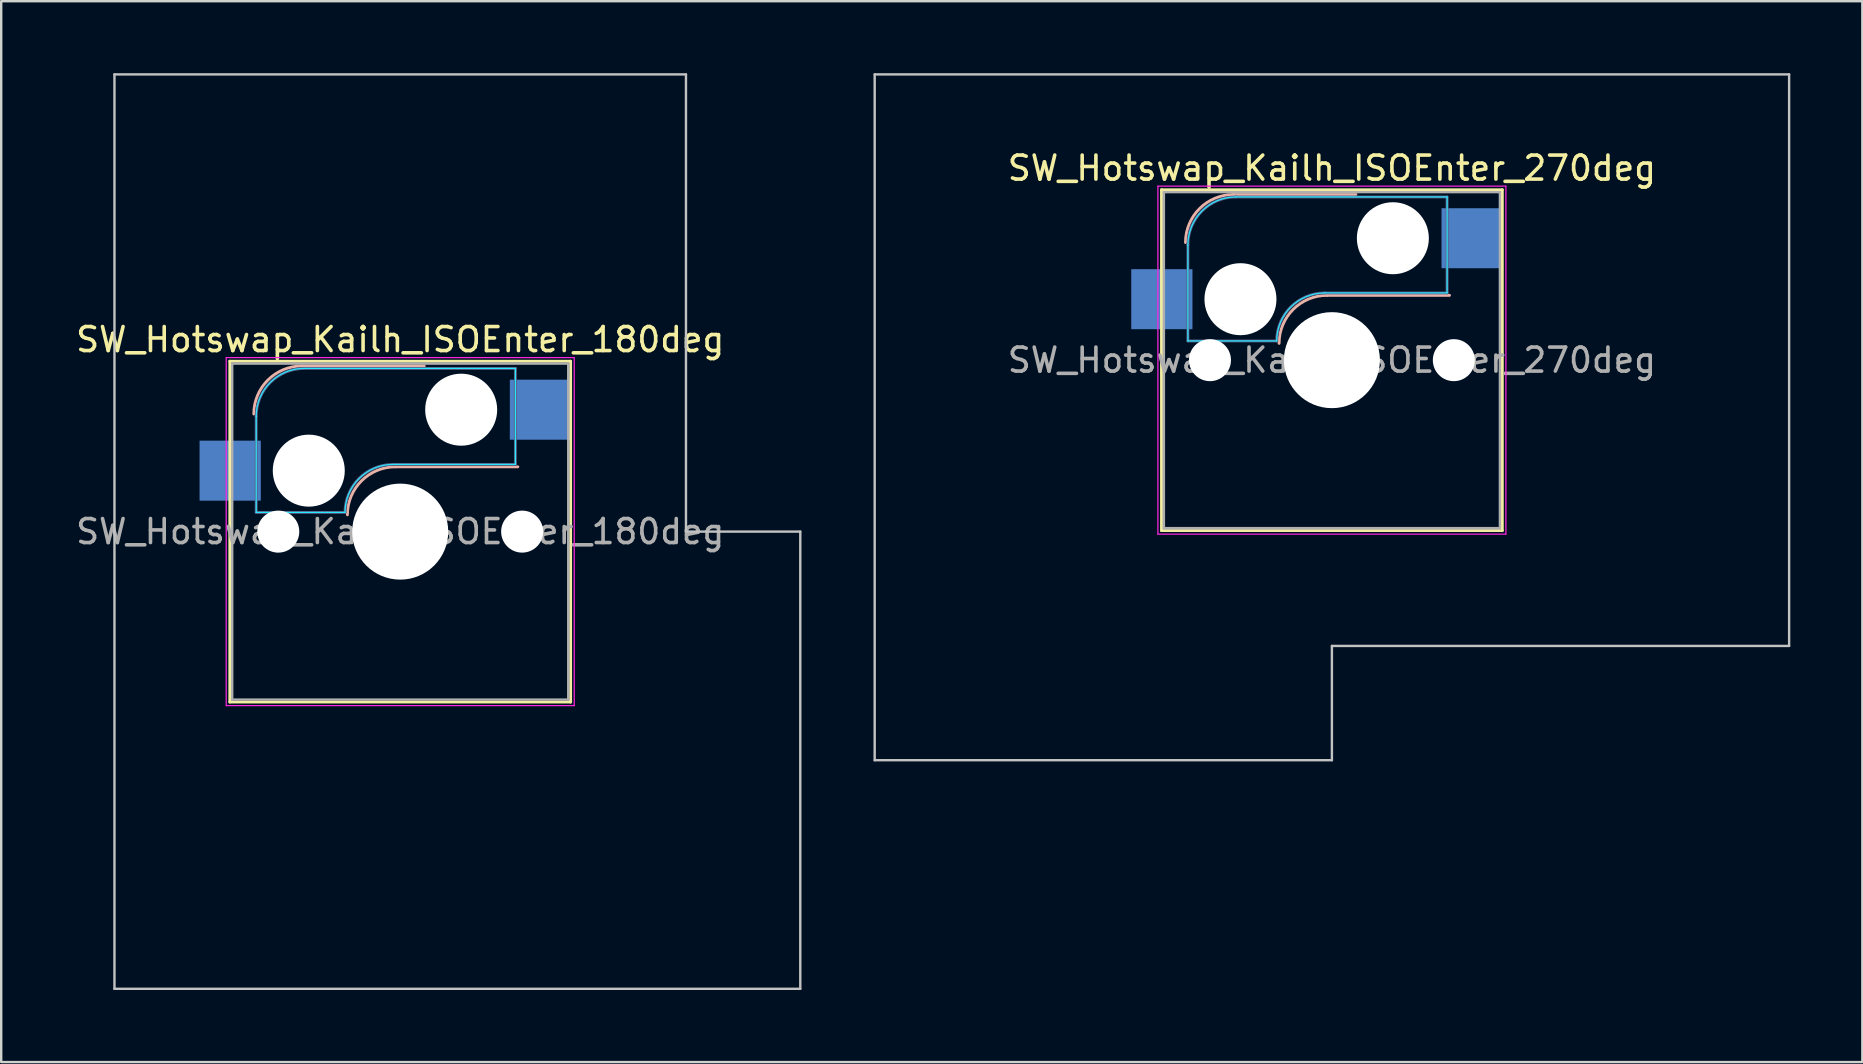
<source format=kicad_pcb>
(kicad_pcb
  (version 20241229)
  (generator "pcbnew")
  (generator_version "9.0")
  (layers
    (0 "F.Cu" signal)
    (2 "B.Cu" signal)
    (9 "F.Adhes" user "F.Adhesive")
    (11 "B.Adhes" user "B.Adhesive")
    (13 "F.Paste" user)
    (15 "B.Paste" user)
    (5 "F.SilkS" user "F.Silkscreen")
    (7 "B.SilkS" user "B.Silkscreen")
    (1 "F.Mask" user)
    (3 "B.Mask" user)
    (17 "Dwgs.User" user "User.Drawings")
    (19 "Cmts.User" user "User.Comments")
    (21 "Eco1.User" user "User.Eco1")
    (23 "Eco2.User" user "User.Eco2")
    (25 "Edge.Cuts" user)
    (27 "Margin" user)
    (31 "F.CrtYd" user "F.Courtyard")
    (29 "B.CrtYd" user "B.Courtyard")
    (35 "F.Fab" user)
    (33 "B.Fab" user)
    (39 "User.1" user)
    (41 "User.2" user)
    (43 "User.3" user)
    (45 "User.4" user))
  (footprint "SW_Hotswap_Kailh_ISOEnter_270deg"
    (layer "F.Cu")
    (at 52.444 11.956)
    (property "Reference" "SW_Hotswap_Kailh_ISOEnter_270deg" (at 0 -8 0) (layer "F.SilkS") (effects (font (size 1 1) (thickness 0.15))))
    (attr smd)
    (fp_line (start -7.1 -7.1) (end -7.1 7.1) (stroke (width 0.12) (type solid)) (layer "F.SilkS"))
    (fp_line (start -7.1 7.1) (end 7.1 7.1) (stroke (width 0.12) (type solid)) (layer "F.SilkS"))
    (fp_line (start 7.1 -7.1) (end -7.1 -7.1) (stroke (width 0.12) (type solid)) (layer "F.SilkS"))
    (fp_line (start 7.1 7.1) (end 7.1 -7.1) (stroke (width 0.12) (type solid)) (layer "F.SilkS"))
    (fp_line (start -4.1 -6.9) (end 1 -6.9) (stroke (width 0.12) (type solid)) (layer "B.SilkS"))
    (fp_line (start -0.2 -2.7) (end 4.9 -2.7) (stroke (width 0.12) (type solid)) (layer "B.SilkS"))
    (fp_arc (start -6.1 -4.9) (mid -5.514214 -6.314214) (end -4.1 -6.9) (stroke (width 0.12) (type solid)) (layer "B.SilkS"))
    (fp_arc (start -2.2 -0.7) (mid -1.614214 -2.114214) (end -0.2 -2.7) (stroke (width 0.12) (type solid)) (layer "B.SilkS"))
    (fp_line (start -19.05 -11.906) (end -19.05 16.669) (stroke (width 0.1) (type solid)) (layer "Dwgs.User"))
    (fp_line (start -19.05 16.669) (end 0 16.669) (stroke (width 0.1) (type solid)) (layer "Dwgs.User"))
    (fp_line (start 0 11.906) (end 19.05 11.906) (stroke (width 0.1) (type solid)) (layer "Dwgs.User"))
    (fp_line (start 0 16.669) (end 0 11.906) (stroke (width 0.1) (type solid)) (layer "Dwgs.User"))
    (fp_line (start 19.05 -11.906) (end -19.05 -11.906) (stroke (width 0.1) (type solid)) (layer "Dwgs.User"))
    (fp_line (start 19.05 11.906) (end 19.05 -11.906) (stroke (width 0.1) (type solid)) (layer "Dwgs.User"))
    (fp_line (start -7.8 -6) (end -7 -6) (stroke (width 0.1) (type solid)) (layer "Eco1.User"))
    (fp_line (start -7.8 -2.9) (end -7.8 -6) (stroke (width 0.1) (type solid)) (layer "Eco1.User"))
    (fp_line (start -7.8 2.9) (end -7 2.9) (stroke (width 0.1) (type solid)) (layer "Eco1.User"))
    (fp_line (start -7.8 6) (end -7.8 2.9) (stroke (width 0.1) (type solid)) (layer "Eco1.User"))
    (fp_line (start -7 -7) (end 7 -7) (stroke (width 0.1) (type solid)) (layer "Eco1.User"))
    (fp_line (start -7 -6) (end -7 -7) (stroke (width 0.1) (type solid)) (layer "Eco1.User"))
    (fp_line (start -7 -2.9) (end -7.8 -2.9) (stroke (width 0.1) (type solid)) (layer "Eco1.User"))
    (fp_line (start -7 2.9) (end -7 -2.9) (stroke (width 0.1) (type solid)) (layer "Eco1.User"))
    (fp_line (start -7 6) (end -7.8 6) (stroke (width 0.1) (type solid)) (layer "Eco1.User"))
    (fp_line (start -7 7) (end -7 6) (stroke (width 0.1) (type solid)) (layer "Eco1.User"))
    (fp_line (start 7 -7) (end 7 -6) (stroke (width 0.1) (type solid)) (layer "Eco1.User"))
    (fp_line (start 7 -6) (end 7.8 -6) (stroke (width 0.1) (type solid)) (layer "Eco1.User"))
    (fp_line (start 7 -2.9) (end 7 2.9) (stroke (width 0.1) (type solid)) (layer "Eco1.User"))
    (fp_line (start 7 2.9) (end 7.8 2.9) (stroke (width 0.1) (type solid)) (layer "Eco1.User"))
    (fp_line (start 7 6) (end 7 7) (stroke (width 0.1) (type solid)) (layer "Eco1.User"))
    (fp_line (start 7 7) (end -7 7) (stroke (width 0.1) (type solid)) (layer "Eco1.User"))
    (fp_line (start 7.8 -6) (end 7.8 -2.9) (stroke (width 0.1) (type solid)) (layer "Eco1.User"))
    (fp_line (start 7.8 -2.9) (end 7 -2.9) (stroke (width 0.1) (type solid)) (layer "Eco1.User"))
    (fp_line (start 7.8 2.9) (end 7.8 6) (stroke (width 0.1) (type solid)) (layer "Eco1.User"))
    (fp_line (start 7.8 6) (end 7 6) (stroke (width 0.1) (type solid)) (layer "Eco1.User"))
    (fp_line (start -6 -0.8) (end -6 -4.8) (stroke (width 0.05) (type solid)) (layer "B.CrtYd"))
    (fp_line (start -6 -0.8) (end -2.3 -0.8) (stroke (width 0.05) (type solid)) (layer "B.CrtYd"))
    (fp_line (start -4 -6.8) (end 4.8 -6.8) (stroke (width 0.05) (type solid)) (layer "B.CrtYd"))
    (fp_line (start -0.3 -2.8) (end 4.8 -2.8) (stroke (width 0.05) (type solid)) (layer "B.CrtYd"))
    (fp_line (start 4.8 -6.8) (end 4.8 -2.8) (stroke (width 0.05) (type solid)) (layer "B.CrtYd"))
    (fp_arc (start -6 -4.8) (mid -5.414214 -6.214214) (end -4 -6.8) (stroke (width 0.05) (type solid)) (layer "B.CrtYd"))
    (fp_arc (start -2.3 -0.8) (mid -1.714214 -2.214214) (end -0.3 -2.8) (stroke (width 0.05) (type solid)) (layer "B.CrtYd"))
    (fp_line (start -7.25 -7.25) (end -7.25 7.25) (stroke (width 0.05) (type solid)) (layer "F.CrtYd"))
    (fp_line (start -7.25 7.25) (end 7.25 7.25) (stroke (width 0.05) (type solid)) (layer "F.CrtYd"))
    (fp_line (start 7.25 -7.25) (end -7.25 -7.25) (stroke (width 0.05) (type solid)) (layer "F.CrtYd"))
    (fp_line (start 7.25 7.25) (end 7.25 -7.25) (stroke (width 0.05) (type solid)) (layer "F.CrtYd"))
    (fp_line (start -6 -0.8) (end -6 -4.8) (stroke (width 0.12) (type solid)) (layer "B.Fab"))
    (fp_line (start -6 -0.8) (end -2.3 -0.8) (stroke (width 0.12) (type solid)) (layer "B.Fab"))
    (fp_line (start -4 -6.8) (end 4.8 -6.8) (stroke (width 0.12) (type solid)) (layer "B.Fab"))
    (fp_line (start -0.3 -2.8) (end 4.8 -2.8) (stroke (width 0.12) (type solid)) (layer "B.Fab"))
    (fp_line (start 4.8 -6.8) (end 4.8 -2.8) (stroke (width 0.12) (type solid)) (layer "B.Fab"))
    (fp_arc (start -6 -4.8) (mid -5.414214 -6.214214) (end -4 -6.8) (stroke (width 0.12) (type solid)) (layer "B.Fab"))
    (fp_arc (start -2.3 -0.8) (mid -1.714214 -2.214214) (end -0.3 -2.8) (stroke (width 0.12) (type solid)) (layer "B.Fab"))
    (fp_line (start -7 -7) (end -7 7) (stroke (width 0.1) (type solid)) (layer "F.Fab"))
    (fp_line (start -7 7) (end 7 7) (stroke (width 0.1) (type solid)) (layer "F.Fab"))
    (fp_line (start 7 -7) (end -7 -7) (stroke (width 0.1) (type solid)) (layer "F.Fab"))
    (fp_line (start 7 7) (end 7 -7) (stroke (width 0.1) (type solid)) (layer "F.Fab"))
    (fp_text user "${REFERENCE}" (at 0 0 0) (layer "F.Fab") (effects (font (size 1 1) (thickness 0.15))))
    (pad "" np_thru_hole circle (at -5.08 0) (size 1.75 1.75) (drill 1.75) (layers "*.Cu" "*.Mask"))
    (pad "" np_thru_hole circle (at -3.81 -2.54) (size 3 3) (drill 3) (layers "*.Cu" "*.Mask"))
    (pad "" np_thru_hole circle (at 0 0) (size 4 4) (drill 4) (layers "*.Cu" "*.Mask"))
    (pad "" np_thru_hole circle (at 2.54 -5.08) (size 3 3) (drill 3) (layers "*.Cu" "*.Mask"))
    (pad "" np_thru_hole circle (at 5.08 0) (size 1.75 1.75) (drill 1.75) (layers "*.Cu" "*.Mask"))
    (pad "1" smd rect (at -7.085 -2.54) (size 2.55 2.5) (layers "B.Cu" "B.Mask" "B.Paste"))
    (pad "2" smd rect (at 5.842 -5.08) (size 2.55 2.5) (layers "B.Cu" "B.Mask" "B.Paste")))
  (footprint "SW_Hotswap_Kailh_ISOEnter_180deg"
    (layer "F.Cu")
    (at 13.625 19.1)
    (property "Reference" "SW_Hotswap_Kailh_ISOEnter_180deg" (at 0 -8 0) (layer "F.SilkS") (effects (font (size 1 1) (thickness 0.15))))
    (attr smd)
    (fp_line (start -7.1 -7.1) (end -7.1 7.1) (stroke (width 0.12) (type solid)) (layer "F.SilkS"))
    (fp_line (start -7.1 7.1) (end 7.1 7.1) (stroke (width 0.12) (type solid)) (layer "F.SilkS"))
    (fp_line (start 7.1 -7.1) (end -7.1 -7.1) (stroke (width 0.12) (type solid)) (layer "F.SilkS"))
    (fp_line (start 7.1 7.1) (end 7.1 -7.1) (stroke (width 0.12) (type solid)) (layer "F.SilkS"))
    (fp_line (start -4.1 -6.9) (end 1 -6.9) (stroke (width 0.12) (type solid)) (layer "B.SilkS"))
    (fp_line (start -0.2 -2.7) (end 4.9 -2.7) (stroke (width 0.12) (type solid)) (layer "B.SilkS"))
    (fp_arc (start -6.1 -4.9) (mid -5.514214 -6.314214) (end -4.1 -6.9) (stroke (width 0.12) (type solid)) (layer "B.SilkS"))
    (fp_arc (start -2.2 -0.7) (mid -1.614214 -2.114214) (end -0.2 -2.7) (stroke (width 0.12) (type solid)) (layer "B.SilkS"))
    (fp_line (start -11.906 -19.05) (end -11.906 19.05) (stroke (width 0.1) (type solid)) (layer "Dwgs.User"))
    (fp_line (start -11.906 19.05) (end 16.669 19.05) (stroke (width 0.1) (type solid)) (layer "Dwgs.User"))
    (fp_line (start 11.906 -19.05) (end -11.906 -19.05) (stroke (width 0.1) (type solid)) (layer "Dwgs.User"))
    (fp_line (start 11.906 0) (end 11.906 -19.05) (stroke (width 0.1) (type solid)) (layer "Dwgs.User"))
    (fp_line (start 16.669 0) (end 11.906 0) (stroke (width 0.1) (type solid)) (layer "Dwgs.User"))
    (fp_line (start 16.669 19.05) (end 16.669 0) (stroke (width 0.1) (type solid)) (layer "Dwgs.User"))
    (fp_line (start -7.8 -6) (end -7 -6) (stroke (width 0.1) (type solid)) (layer "Eco1.User"))
    (fp_line (start -7.8 -2.9) (end -7.8 -6) (stroke (width 0.1) (type solid)) (layer "Eco1.User"))
    (fp_line (start -7.8 2.9) (end -7 2.9) (stroke (width 0.1) (type solid)) (layer "Eco1.User"))
    (fp_line (start -7.8 6) (end -7.8 2.9) (stroke (width 0.1) (type solid)) (layer "Eco1.User"))
    (fp_line (start -7 -7) (end 7 -7) (stroke (width 0.1) (type solid)) (layer "Eco1.User"))
    (fp_line (start -7 -6) (end -7 -7) (stroke (width 0.1) (type solid)) (layer "Eco1.User"))
    (fp_line (start -7 -2.9) (end -7.8 -2.9) (stroke (width 0.1) (type solid)) (layer "Eco1.User"))
    (fp_line (start -7 2.9) (end -7 -2.9) (stroke (width 0.1) (type solid)) (layer "Eco1.User"))
    (fp_line (start -7 6) (end -7.8 6) (stroke (width 0.1) (type solid)) (layer "Eco1.User"))
    (fp_line (start -7 7) (end -7 6) (stroke (width 0.1) (type solid)) (layer "Eco1.User"))
    (fp_line (start 7 -7) (end 7 -6) (stroke (width 0.1) (type solid)) (layer "Eco1.User"))
    (fp_line (start 7 -6) (end 7.8 -6) (stroke (width 0.1) (type solid)) (layer "Eco1.User"))
    (fp_line (start 7 -2.9) (end 7 2.9) (stroke (width 0.1) (type solid)) (layer "Eco1.User"))
    (fp_line (start 7 2.9) (end 7.8 2.9) (stroke (width 0.1) (type solid)) (layer "Eco1.User"))
    (fp_line (start 7 6) (end 7 7) (stroke (width 0.1) (type solid)) (layer "Eco1.User"))
    (fp_line (start 7 7) (end -7 7) (stroke (width 0.1) (type solid)) (layer "Eco1.User"))
    (fp_line (start 7.8 -6) (end 7.8 -2.9) (stroke (width 0.1) (type solid)) (layer "Eco1.User"))
    (fp_line (start 7.8 -2.9) (end 7 -2.9) (stroke (width 0.1) (type solid)) (layer "Eco1.User"))
    (fp_line (start 7.8 2.9) (end 7.8 6) (stroke (width 0.1) (type solid)) (layer "Eco1.User"))
    (fp_line (start 7.8 6) (end 7 6) (stroke (width 0.1) (type solid)) (layer "Eco1.User"))
    (fp_line (start -6 -0.8) (end -6 -4.8) (stroke (width 0.05) (type solid)) (layer "B.CrtYd"))
    (fp_line (start -6 -0.8) (end -2.3 -0.8) (stroke (width 0.05) (type solid)) (layer "B.CrtYd"))
    (fp_line (start -4 -6.8) (end 4.8 -6.8) (stroke (width 0.05) (type solid)) (layer "B.CrtYd"))
    (fp_line (start -0.3 -2.8) (end 4.8 -2.8) (stroke (width 0.05) (type solid)) (layer "B.CrtYd"))
    (fp_line (start 4.8 -6.8) (end 4.8 -2.8) (stroke (width 0.05) (type solid)) (layer "B.CrtYd"))
    (fp_arc (start -6 -4.8) (mid -5.414214 -6.214214) (end -4 -6.8) (stroke (width 0.05) (type solid)) (layer "B.CrtYd"))
    (fp_arc (start -2.3 -0.8) (mid -1.714214 -2.214214) (end -0.3 -2.8) (stroke (width 0.05) (type solid)) (layer "B.CrtYd"))
    (fp_line (start -7.25 -7.25) (end -7.25 7.25) (stroke (width 0.05) (type solid)) (layer "F.CrtYd"))
    (fp_line (start -7.25 7.25) (end 7.25 7.25) (stroke (width 0.05) (type solid)) (layer "F.CrtYd"))
    (fp_line (start 7.25 -7.25) (end -7.25 -7.25) (stroke (width 0.05) (type solid)) (layer "F.CrtYd"))
    (fp_line (start 7.25 7.25) (end 7.25 -7.25) (stroke (width 0.05) (type solid)) (layer "F.CrtYd"))
    (fp_line (start -6 -0.8) (end -6 -4.8) (stroke (width 0.12) (type solid)) (layer "B.Fab"))
    (fp_line (start -6 -0.8) (end -2.3 -0.8) (stroke (width 0.12) (type solid)) (layer "B.Fab"))
    (fp_line (start -4 -6.8) (end 4.8 -6.8) (stroke (width 0.12) (type solid)) (layer "B.Fab"))
    (fp_line (start -0.3 -2.8) (end 4.8 -2.8) (stroke (width 0.12) (type solid)) (layer "B.Fab"))
    (fp_line (start 4.8 -6.8) (end 4.8 -2.8) (stroke (width 0.12) (type solid)) (layer "B.Fab"))
    (fp_arc (start -6 -4.8) (mid -5.414214 -6.214214) (end -4 -6.8) (stroke (width 0.12) (type solid)) (layer "B.Fab"))
    (fp_arc (start -2.3 -0.8) (mid -1.714214 -2.214214) (end -0.3 -2.8) (stroke (width 0.12) (type solid)) (layer "B.Fab"))
    (fp_line (start -7 -7) (end -7 7) (stroke (width 0.1) (type solid)) (layer "F.Fab"))
    (fp_line (start -7 7) (end 7 7) (stroke (width 0.1) (type solid)) (layer "F.Fab"))
    (fp_line (start 7 -7) (end -7 -7) (stroke (width 0.1) (type solid)) (layer "F.Fab"))
    (fp_line (start 7 7) (end 7 -7) (stroke (width 0.1) (type solid)) (layer "F.Fab"))
    (fp_text user "${REFERENCE}" (at 0 0 0) (layer "F.Fab") (effects (font (size 1 1) (thickness 0.15))))
    (pad "" np_thru_hole circle (at -5.08 0) (size 1.75 1.75) (drill 1.75) (layers "*.Cu" "*.Mask"))
    (pad "" np_thru_hole circle (at -3.81 -2.54) (size 3 3) (drill 3) (layers "*.Cu" "*.Mask"))
    (pad "" np_thru_hole circle (at 0 0) (size 4 4) (drill 4) (layers "*.Cu" "*.Mask"))
    (pad "" np_thru_hole circle (at 2.54 -5.08) (size 3 3) (drill 3) (layers "*.Cu" "*.Mask"))
    (pad "" np_thru_hole circle (at 5.08 0) (size 1.75 1.75) (drill 1.75) (layers "*.Cu" "*.Mask"))
    (pad "1" smd rect (at -7.085 -2.54) (size 2.55 2.5) (layers "B.Cu" "B.Mask" "B.Paste"))
    (pad "2" smd rect (at 5.842 -5.08) (size 2.55 2.5) (layers "B.Cu" "B.Mask" "B.Paste")))
  (gr_rect
    (start -3 -3)
    (end 74.544 41.2)
    (stroke (width 0.1) (type default))
    (fill no)
    (layer "Edge.Cuts")))
</source>
